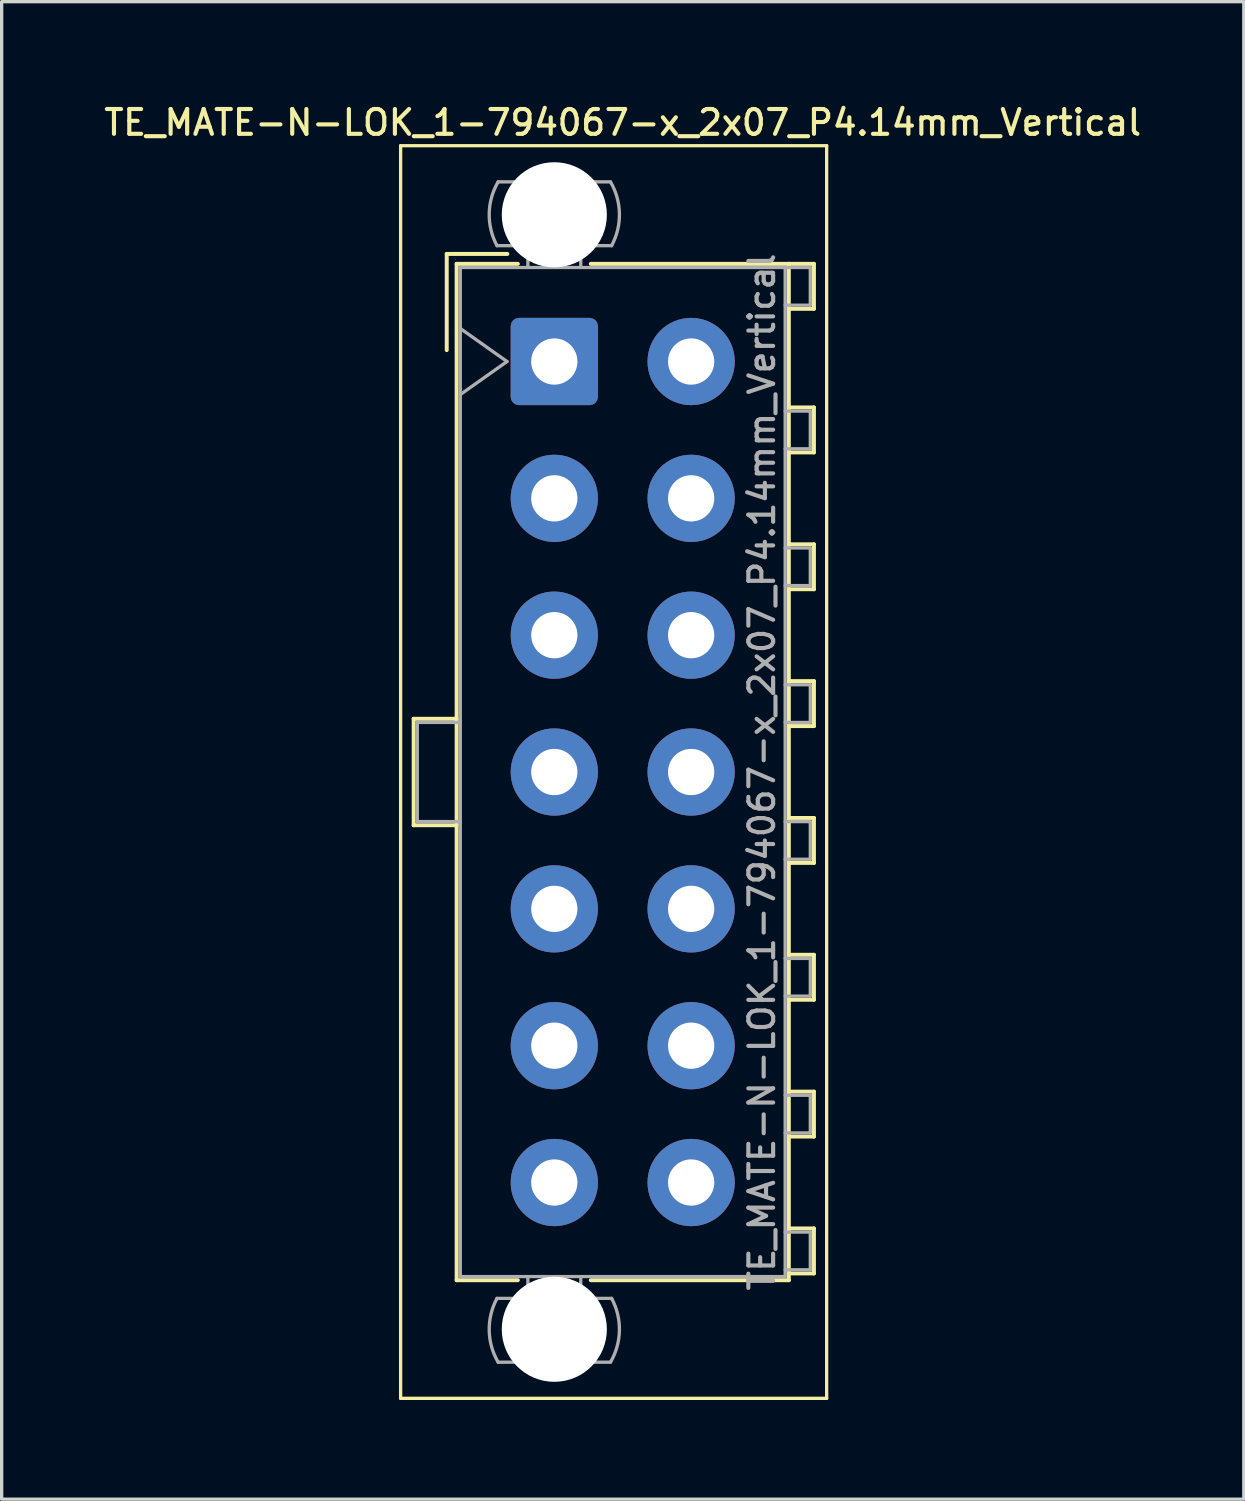
<source format=kicad_pcb>
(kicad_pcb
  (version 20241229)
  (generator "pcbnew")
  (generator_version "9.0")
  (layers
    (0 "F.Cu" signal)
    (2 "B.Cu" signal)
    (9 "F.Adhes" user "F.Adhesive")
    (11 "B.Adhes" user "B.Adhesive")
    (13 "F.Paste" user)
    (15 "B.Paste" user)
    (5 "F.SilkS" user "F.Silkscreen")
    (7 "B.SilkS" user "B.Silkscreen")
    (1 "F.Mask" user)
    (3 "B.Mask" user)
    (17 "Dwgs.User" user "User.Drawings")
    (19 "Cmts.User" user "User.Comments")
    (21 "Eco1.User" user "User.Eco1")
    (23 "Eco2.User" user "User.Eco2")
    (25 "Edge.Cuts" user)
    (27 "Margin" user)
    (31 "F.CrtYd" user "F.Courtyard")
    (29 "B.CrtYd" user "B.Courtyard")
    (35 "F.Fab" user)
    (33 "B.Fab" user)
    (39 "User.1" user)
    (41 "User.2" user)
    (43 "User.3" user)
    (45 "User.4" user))
  (footprint "TE_MATE-N-LOK_1-794067-x_2x07_P4.14mm_Vertical"
    (layer "F.Cu")
    (at 13.721 7.888)
    (property "Reference" "TE_MATE-N-LOK_1-794067-x_2x07_P4.14mm_Vertical" (at 2.07 -7.23 0) (layer "F.SilkS") (effects (font (size 0.75 0.75) (thickness 0.125))))
    (attr through_hole)
    (fp_line (start -4.65 -6.53) (end -4.65 31.37) (stroke (width 0.1) (type solid)) (layer "F.SilkS"))
    (fp_line (start -4.65 31.37) (end 8.24 31.37) (stroke (width 0.1) (type solid)) (layer "F.SilkS"))
    (fp_line (start -4.255 10.81) (end -4.255 14.03) (stroke (width 0.12) (type solid)) (layer "F.SilkS"))
    (fp_line (start -4.255 14.03) (end -2.955 14.03) (stroke (width 0.12) (type solid)) (layer "F.SilkS"))
    (fp_line (start -3.255 -3.255) (end -3.255 -0.345) (stroke (width 0.12) (type solid)) (layer "F.SilkS"))
    (fp_line (start -2.955 -2.955) (end -2.955 27.795) (stroke (width 0.12) (type solid)) (layer "F.SilkS"))
    (fp_line (start -2.955 10.81) (end -4.255 10.81) (stroke (width 0.12) (type solid)) (layer "F.SilkS"))
    (fp_line (start -2.955 27.795) (end -1.103 27.795) (stroke (width 0.12) (type solid)) (layer "F.SilkS"))
    (fp_line (start -1.421 -3.255) (end -3.255 -3.255) (stroke (width 0.12) (type solid)) (layer "F.SilkS"))
    (fp_line (start -1.103 -2.955) (end -2.955 -2.955) (stroke (width 0.12) (type solid)) (layer "F.SilkS"))
    (fp_line (start 1.103 -2.955) (end 7.095 -2.955) (stroke (width 0.12) (type solid)) (layer "F.SilkS"))
    (fp_line (start 7.095 -2.955) (end 7.095 27.795) (stroke (width 0.12) (type solid)) (layer "F.SilkS"))
    (fp_line (start 7.095 -2.955) (end 7.855 -2.955) (stroke (width 0.12) (type solid)) (layer "F.SilkS"))
    (fp_line (start 7.095 1.39) (end 7.855 1.39) (stroke (width 0.12) (type solid)) (layer "F.SilkS"))
    (fp_line (start 7.095 5.53) (end 7.855 5.53) (stroke (width 0.12) (type solid)) (layer "F.SilkS"))
    (fp_line (start 7.095 9.67) (end 7.855 9.67) (stroke (width 0.12) (type solid)) (layer "F.SilkS"))
    (fp_line (start 7.095 13.81) (end 7.855 13.81) (stroke (width 0.12) (type solid)) (layer "F.SilkS"))
    (fp_line (start 7.095 17.95) (end 7.855 17.95) (stroke (width 0.12) (type solid)) (layer "F.SilkS"))
    (fp_line (start 7.095 22.09) (end 7.855 22.09) (stroke (width 0.12) (type solid)) (layer "F.SilkS"))
    (fp_line (start 7.095 26.23) (end 7.855 26.23) (stroke (width 0.12) (type solid)) (layer "F.SilkS"))
    (fp_line (start 7.095 27.795) (end 1.103 27.795) (stroke (width 0.12) (type solid)) (layer "F.SilkS"))
    (fp_line (start 7.855 -2.955) (end 7.855 -1.595) (stroke (width 0.12) (type solid)) (layer "F.SilkS"))
    (fp_line (start 7.855 -1.595) (end 7.095 -1.595) (stroke (width 0.12) (type solid)) (layer "F.SilkS"))
    (fp_line (start 7.855 1.39) (end 7.855 2.75) (stroke (width 0.12) (type solid)) (layer "F.SilkS"))
    (fp_line (start 7.855 2.75) (end 7.095 2.75) (stroke (width 0.12) (type solid)) (layer "F.SilkS"))
    (fp_line (start 7.855 5.53) (end 7.855 6.89) (stroke (width 0.12) (type solid)) (layer "F.SilkS"))
    (fp_line (start 7.855 6.89) (end 7.095 6.89) (stroke (width 0.12) (type solid)) (layer "F.SilkS"))
    (fp_line (start 7.855 9.67) (end 7.855 11.03) (stroke (width 0.12) (type solid)) (layer "F.SilkS"))
    (fp_line (start 7.855 11.03) (end 7.095 11.03) (stroke (width 0.12) (type solid)) (layer "F.SilkS"))
    (fp_line (start 7.855 13.81) (end 7.855 15.17) (stroke (width 0.12) (type solid)) (layer "F.SilkS"))
    (fp_line (start 7.855 15.17) (end 7.095 15.17) (stroke (width 0.12) (type solid)) (layer "F.SilkS"))
    (fp_line (start 7.855 17.95) (end 7.855 19.31) (stroke (width 0.12) (type solid)) (layer "F.SilkS"))
    (fp_line (start 7.855 19.31) (end 7.095 19.31) (stroke (width 0.12) (type solid)) (layer "F.SilkS"))
    (fp_line (start 7.855 22.09) (end 7.855 23.45) (stroke (width 0.12) (type solid)) (layer "F.SilkS"))
    (fp_line (start 7.855 23.45) (end 7.095 23.45) (stroke (width 0.12) (type solid)) (layer "F.SilkS"))
    (fp_line (start 7.855 26.23) (end 7.855 27.59) (stroke (width 0.12) (type solid)) (layer "F.SilkS"))
    (fp_line (start 7.855 27.59) (end 7.095 27.59) (stroke (width 0.12) (type solid)) (layer "F.SilkS"))
    (fp_line (start 8.24 -6.53) (end -4.65 -6.53) (stroke (width 0.1) (type solid)) (layer "F.SilkS"))
    (fp_line (start 8.24 31.37) (end 8.24 -6.53) (stroke (width 0.1) (type solid)) (layer "F.SilkS"))
    (fp_line (start -4.145 10.92) (end -4.145 13.92) (stroke (width 0.1) (type solid)) (layer "F.Fab"))
    (fp_line (start -4.145 13.92) (end -2.845 13.92) (stroke (width 0.1) (type solid)) (layer "F.Fab"))
    (fp_line (start -2.845 -2.845) (end -2.845 27.685) (stroke (width 0.1) (type solid)) (layer "F.Fab"))
    (fp_line (start -2.845 -1) (end -1.431 0) (stroke (width 0.1) (type solid)) (layer "F.Fab"))
    (fp_line (start -2.845 10.92) (end -4.145 10.92) (stroke (width 0.1) (type solid)) (layer "F.Fab"))
    (fp_line (start -2.845 27.685) (end 6.985 27.685) (stroke (width 0.1) (type solid)) (layer "F.Fab"))
    (fp_line (start -1.431 0) (end -2.845 1) (stroke (width 0.1) (type solid)) (layer "F.Fab"))
    (fp_line (start -0.8 -2.845) (end -0.8 -3.505) (stroke (width 0.1) (type solid)) (layer "F.Fab"))
    (fp_line (start -0.8 27.685) (end -0.8 28.345) (stroke (width 0.1) (type solid)) (layer "F.Fab"))
    (fp_line (start 0.8 -2.845) (end 0.8 -3.505) (stroke (width 0.1) (type solid)) (layer "F.Fab"))
    (fp_line (start 0.8 27.685) (end 0.8 28.345) (stroke (width 0.1) (type solid)) (layer "F.Fab"))
    (fp_line (start 1.7 -5.436) (end -1.7 -5.436) (stroke (width 0.1) (type solid)) (layer "F.Fab"))
    (fp_line (start 1.7 30.276) (end -1.7 30.276) (stroke (width 0.1) (type solid)) (layer "F.Fab"))
    (fp_line (start 1.734 -3.505) (end -1.734 -3.505) (stroke (width 0.1) (type solid)) (layer "F.Fab"))
    (fp_line (start 1.734 28.345) (end -1.734 28.345) (stroke (width 0.1) (type solid)) (layer "F.Fab"))
    (fp_line (start 6.985 -2.845) (end -2.845 -2.845) (stroke (width 0.1) (type solid)) (layer "F.Fab"))
    (fp_line (start 6.985 -2.845) (end 7.745 -2.845) (stroke (width 0.1) (type solid)) (layer "F.Fab"))
    (fp_line (start 6.985 1.5) (end 7.745 1.5) (stroke (width 0.1) (type solid)) (layer "F.Fab"))
    (fp_line (start 6.985 5.64) (end 7.745 5.64) (stroke (width 0.1) (type solid)) (layer "F.Fab"))
    (fp_line (start 6.985 9.78) (end 7.745 9.78) (stroke (width 0.1) (type solid)) (layer "F.Fab"))
    (fp_line (start 6.985 13.92) (end 7.745 13.92) (stroke (width 0.1) (type solid)) (layer "F.Fab"))
    (fp_line (start 6.985 18.06) (end 7.745 18.06) (stroke (width 0.1) (type solid)) (layer "F.Fab"))
    (fp_line (start 6.985 22.2) (end 7.745 22.2) (stroke (width 0.1) (type solid)) (layer "F.Fab"))
    (fp_line (start 6.985 26.34) (end 7.745 26.34) (stroke (width 0.1) (type solid)) (layer "F.Fab"))
    (fp_line (start 6.985 27.685) (end 6.985 -2.845) (stroke (width 0.1) (type solid)) (layer "F.Fab"))
    (fp_line (start 7.745 -2.845) (end 7.745 -1.705) (stroke (width 0.1) (type solid)) (layer "F.Fab"))
    (fp_line (start 7.745 -1.705) (end 6.985 -1.705) (stroke (width 0.1) (type solid)) (layer "F.Fab"))
    (fp_line (start 7.745 1.5) (end 7.745 2.64) (stroke (width 0.1) (type solid)) (layer "F.Fab"))
    (fp_line (start 7.745 2.64) (end 6.985 2.64) (stroke (width 0.1) (type solid)) (layer "F.Fab"))
    (fp_line (start 7.745 5.64) (end 7.745 6.78) (stroke (width 0.1) (type solid)) (layer "F.Fab"))
    (fp_line (start 7.745 6.78) (end 6.985 6.78) (stroke (width 0.1) (type solid)) (layer "F.Fab"))
    (fp_line (start 7.745 9.78) (end 7.745 10.92) (stroke (width 0.1) (type solid)) (layer "F.Fab"))
    (fp_line (start 7.745 10.92) (end 6.985 10.92) (stroke (width 0.1) (type solid)) (layer "F.Fab"))
    (fp_line (start 7.745 13.92) (end 7.745 15.06) (stroke (width 0.1) (type solid)) (layer "F.Fab"))
    (fp_line (start 7.745 15.06) (end 6.985 15.06) (stroke (width 0.1) (type solid)) (layer "F.Fab"))
    (fp_line (start 7.745 18.06) (end 7.745 19.2) (stroke (width 0.1) (type solid)) (layer "F.Fab"))
    (fp_line (start 7.745 19.2) (end 6.985 19.2) (stroke (width 0.1) (type solid)) (layer "F.Fab"))
    (fp_line (start 7.745 22.2) (end 7.745 23.34) (stroke (width 0.1) (type solid)) (layer "F.Fab"))
    (fp_line (start 7.745 23.34) (end 6.985 23.34) (stroke (width 0.1) (type solid)) (layer "F.Fab"))
    (fp_line (start 7.745 26.34) (end 7.745 27.48) (stroke (width 0.1) (type solid)) (layer "F.Fab"))
    (fp_line (start 7.745 27.48) (end 6.985 27.48) (stroke (width 0.1) (type solid)) (layer "F.Fab"))
    (fp_arc (start -1.733977 -3.505) (mid -1.96969 -4.474992) (end -1.699672 -5.436) (stroke (width 0.1) (type solid)) (layer "F.Fab"))
    (fp_arc (start -1.699672 30.276) (mid -1.969689 29.314992) (end -1.733977 28.345) (stroke (width 0.1) (type solid)) (layer "F.Fab"))
    (fp_arc (start 1.699672 -5.436) (mid 1.969689 -4.474992) (end 1.733977 -3.505) (stroke (width 0.1) (type solid)) (layer "F.Fab"))
    (fp_arc (start 1.733977 28.345) (mid 1.96969 29.314992) (end 1.699672 30.276) (stroke (width 0.1) (type solid)) (layer "F.Fab"))
    (fp_text user "${REFERENCE}" (at 6.28 12.42 90) (layer "F.Fab") (effects (font (size 0.75 0.75) (thickness 0.125))))
    (pad "" np_thru_hole circle (at 0 -4.44) (size 3.18 3.18) (drill 3.18) (layers "*.Cu" "*.Mask"))
    (pad "" np_thru_hole circle (at 0 29.28) (size 3.18 3.18) (drill 3.18) (layers "*.Cu" "*.Mask"))
    (pad "1" thru_hole roundrect (at 0 0) (size 2.64 2.64) (drill 1.4) (layers "*.Cu" "*.Mask") (roundrect_rratio 0.095))
    (pad "2" thru_hole circle (at 0 4.14) (size 2.64 2.64) (drill 1.4) (layers "*.Cu" "*.Mask"))
    (pad "3" thru_hole circle (at 0 8.28) (size 2.64 2.64) (drill 1.4) (layers "*.Cu" "*.Mask"))
    (pad "4" thru_hole circle (at 0 12.42) (size 2.64 2.64) (drill 1.4) (layers "*.Cu" "*.Mask"))
    (pad "5" thru_hole circle (at 0 16.56) (size 2.64 2.64) (drill 1.4) (layers "*.Cu" "*.Mask"))
    (pad "6" thru_hole circle (at 0 20.7) (size 2.64 2.64) (drill 1.4) (layers "*.Cu" "*.Mask"))
    (pad "7" thru_hole circle (at 0 24.84) (size 2.64 2.64) (drill 1.4) (layers "*.Cu" "*.Mask"))
    (pad "8" thru_hole circle (at 4.14 0) (size 2.64 2.64) (drill 1.4) (layers "*.Cu" "*.Mask"))
    (pad "9" thru_hole circle (at 4.14 4.14) (size 2.64 2.64) (drill 1.4) (layers "*.Cu" "*.Mask"))
    (pad "10" thru_hole circle (at 4.14 8.28) (size 2.64 2.64) (drill 1.4) (layers "*.Cu" "*.Mask"))
    (pad "11" thru_hole circle (at 4.14 12.42) (size 2.64 2.64) (drill 1.4) (layers "*.Cu" "*.Mask"))
    (pad "12" thru_hole circle (at 4.14 16.56) (size 2.64 2.64) (drill 1.4) (layers "*.Cu" "*.Mask"))
    (pad "13" thru_hole circle (at 4.14 20.7) (size 2.64 2.64) (drill 1.4) (layers "*.Cu" "*.Mask"))
    (pad "14" thru_hole circle (at 4.14 24.84) (size 2.64 2.64) (drill 1.4) (layers "*.Cu" "*.Mask")))
  (gr_rect
    (start -3 -3)
    (end 34.582 42.308)
    (stroke (width 0.1) (type default))
    (fill no)
    (layer "Edge.Cuts")))
</source>
